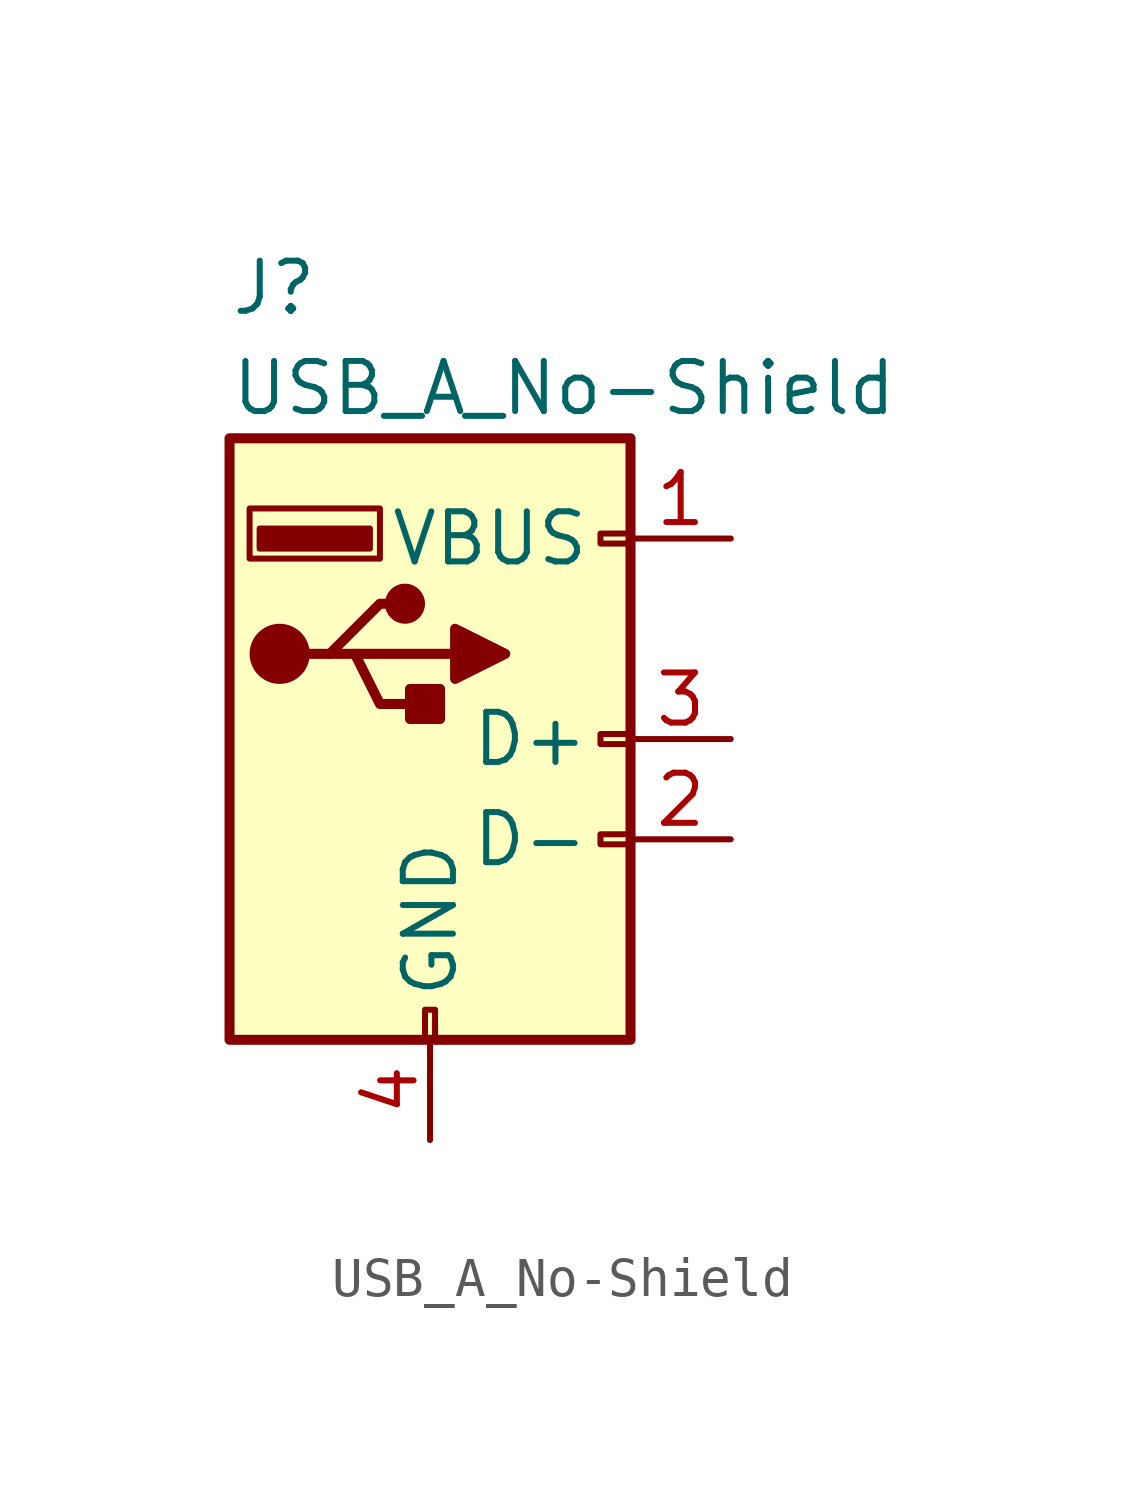
<source format=kicad_sym>
(kicad_symbol_lib
  (version 20220914)
  (generator kicad_symbol_editor)
  (symbol "USB_A_No-Shield"
    (pin_names
      (offset 1.016))
    (property "Reference" "J"
      (at -5.08 11.43 0)
      (effects (font (size 1.27 1.27)) (justify left)))
    (property "Value" "USB_A_No-Shield"
      (at -5.08 8.89 0)
      (effects (font (size 1.27 1.27)) (justify left)))
    (symbol "USB_A_No-Shield_0_1"
      (rectangle (start -5.08 -7.62) (end 5.08 7.62) (stroke (width 0.254) (type default)) (fill (type background)))
      (circle (center -3.81 2.159) (radius 0.635) (stroke (width 0.254) (type default)) (fill (type outline)))
      (rectangle (start -1.524 4.826) (end -4.318 5.334) (stroke (width 0) (type default)) (fill (type outline)))
      (rectangle (start -1.27 4.572) (end -4.572 5.842) (stroke (width 0) (type default)) (fill (type none)))
      (circle (center -0.635 3.429) (radius 0.381) (stroke (width 0.254) (type default)) (fill (type outline)))
      (rectangle (start -0.127 -7.62) (end 0.127 -6.858) (stroke (width 0) (type default)) (fill (type none)))
      (polyline (pts (xy -3.175 2.159) (xy -2.54 2.159) (xy -1.27 3.429) (xy -0.635 3.429)) (stroke (width 0.254) (type default)) (fill (type none)))
      (polyline (pts (xy -2.54 2.159) (xy -1.905 2.159) (xy -1.27 0.889) (xy 0 0.889)) (stroke (width 0.254) (type default)) (fill (type none)))
      (polyline (pts (xy 0.635 2.794) (xy 0.635 1.524) (xy 1.905 2.159) (xy 0.635 2.794)) (stroke (width 0.254) (type default)) (fill (type outline)))
      (rectangle (start 0.254 1.27) (end -0.508 0.508) (stroke (width 0.254) (type default)) (fill (type outline)))
      (rectangle (start 5.08 -2.667) (end 4.318 -2.413) (stroke (width 0) (type default)) (fill (type none)))
      (rectangle (start 5.08 -0.127) (end 4.318 0.127) (stroke (width 0) (type default)) (fill (type none)))
      (rectangle (start 5.08 4.953) (end 4.318 5.207) (stroke (width 0) (type default)) (fill (type none))))
    (symbol "USB_A_No-Shield_1_1"
      (polyline (pts (xy -1.905 2.159) (xy 0.635 2.159)) (stroke (width 0.254) (type default)) (fill (type none)))
      (pin power_in line (at 7.62 5.08 180) (length 2.54) (name "VBUS" (effects (font (size 1.27 1.27)))) (number "1" (effects (font (size 1.27 1.27)))))
      (pin bidirectional line (at 7.62 -2.54 180) (length 2.54) (name "D-" (effects (font (size 1.27 1.27)))) (number "2" (effects (font (size 1.27 1.27)))))
      (pin bidirectional line (at 7.62 0 180) (length 2.54) (name "D+" (effects (font (size 1.27 1.27)))) (number "3" (effects (font (size 1.27 1.27)))))
      (pin power_in line (at 0 -10.16 90) (length 2.54) (name "GND" (effects (font (size 1.27 1.27)))) (number "4" (effects (font (size 1.27 1.27))))))))
</source>
